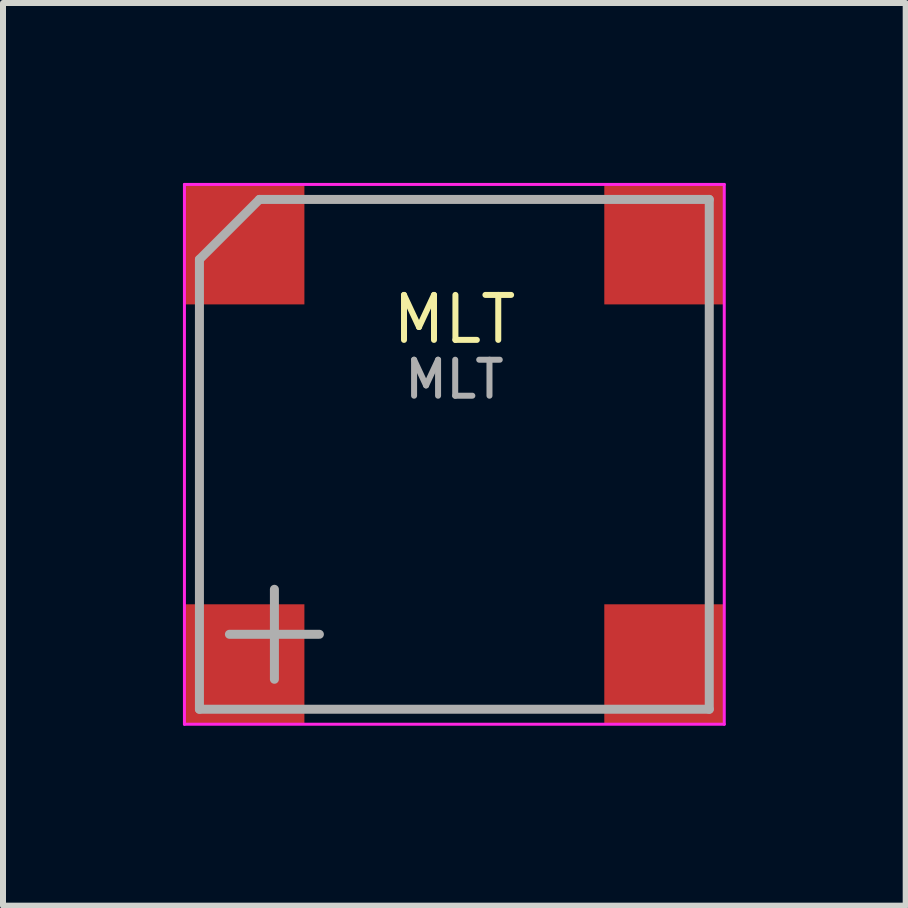
<source format=kicad_pcb>
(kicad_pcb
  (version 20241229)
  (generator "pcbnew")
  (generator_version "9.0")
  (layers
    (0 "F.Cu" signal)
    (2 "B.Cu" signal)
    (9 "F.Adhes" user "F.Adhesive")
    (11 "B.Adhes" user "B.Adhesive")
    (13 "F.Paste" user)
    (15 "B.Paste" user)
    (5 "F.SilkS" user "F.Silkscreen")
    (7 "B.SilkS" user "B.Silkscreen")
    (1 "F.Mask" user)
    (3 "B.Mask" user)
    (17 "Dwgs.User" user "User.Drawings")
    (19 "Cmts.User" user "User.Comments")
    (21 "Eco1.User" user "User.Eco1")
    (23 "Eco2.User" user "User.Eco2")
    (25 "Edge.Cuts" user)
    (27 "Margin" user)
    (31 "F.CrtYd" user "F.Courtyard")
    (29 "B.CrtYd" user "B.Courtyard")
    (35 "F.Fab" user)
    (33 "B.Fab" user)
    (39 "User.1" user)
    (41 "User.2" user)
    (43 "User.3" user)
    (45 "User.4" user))
  (footprint "MLT"
    (layer "F.Cu")
    (at 4.525 4.525)
    (property "Reference" "MLT" (at 0 -2.25 0) (layer "F.SilkS") (effects (font (size 0.75 0.75) (thickness 0.1))))
    (attr smd)
    (fp_line (start -4.5 -4.5) (end -4.5 4.5) (stroke (width 0.05) (type solid)) (layer "F.CrtYd"))
    (fp_line (start -4.5 -4.5) (end 4.5 -4.5) (stroke (width 0.05) (type solid)) (layer "F.CrtYd"))
    (fp_line (start -4.5 4.5) (end 4.5 4.5) (stroke (width 0.05) (type solid)) (layer "F.CrtYd"))
    (fp_line (start 4.5 -4.5) (end 4.5 4.5) (stroke (width 0.05) (type solid)) (layer "F.CrtYd"))
    (fp_line (start -4.25 -3.25) (end -4.25 4.25) (stroke (width 0.15) (type solid)) (layer "F.Fab"))
    (fp_line (start -4.25 -3.25) (end -3.25 -4.25) (stroke (width 0.15) (type solid)) (layer "F.Fab"))
    (fp_line (start -4.25 4.25) (end 4.25 4.25) (stroke (width 0.15) (type solid)) (layer "F.Fab"))
    (fp_line (start -3.75 3) (end -2.25 3) (stroke (width 0.15) (type solid)) (layer "F.Fab"))
    (fp_line (start -3 2.25) (end -3 3.75) (stroke (width 0.15) (type solid)) (layer "F.Fab"))
    (fp_line (start 4.25 -4.25) (end -3.25 -4.25) (stroke (width 0.15) (type solid)) (layer "F.Fab"))
    (fp_line (start 4.25 4.25) (end 4.25 -4.25) (stroke (width 0.15) (type solid)) (layer "F.Fab"))
    (fp_text user "${REFERENCE}" (at 0 -1.25 0) (layer "F.Fab") (effects (font (size 0.6 0.6) (thickness 0.1))))
    (pad "1" smd rect (at -3.5 3.5) (size 2 2) (layers "F.Cu" "F.Mask" "F.Paste"))
    (pad "2" smd rect (at 3.5 3.5) (size 2 2) (layers "F.Cu" "F.Mask" "F.Paste"))
    (pad "3" smd rect (at 3.5 -3.5) (size 2 2) (layers "F.Cu" "F.Mask" "F.Paste"))
    (pad "4" smd rect (at -3.5 -3.5) (size 2 2) (layers "F.Cu" "F.Mask" "F.Paste")))
  (gr_rect
    (start -3 -3)
    (end 12.05 12.05)
    (stroke (width 0.1) (type default))
    (fill no)
    (layer "Edge.Cuts")))
</source>
